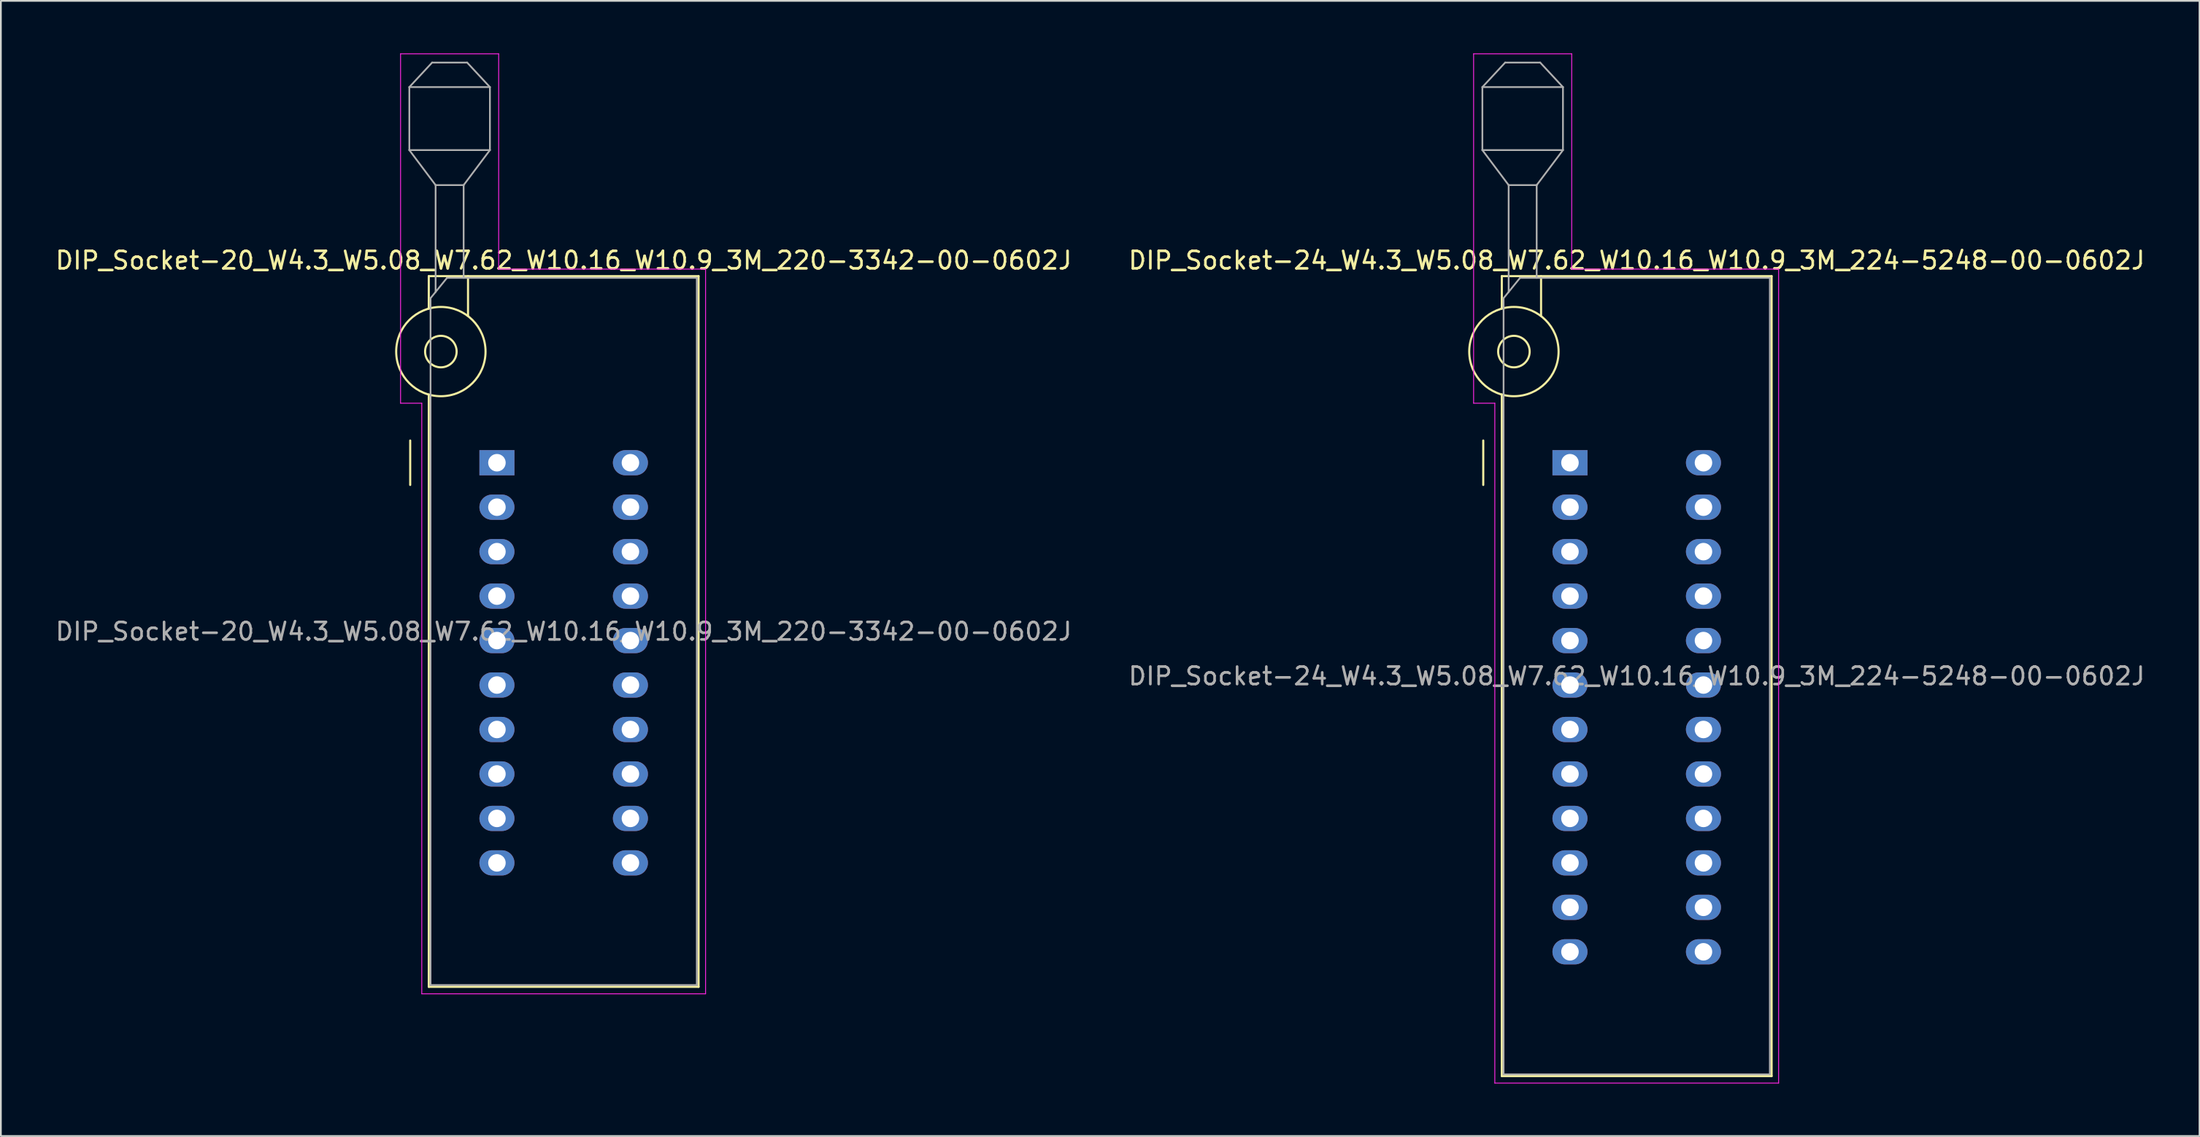
<source format=kicad_pcb>
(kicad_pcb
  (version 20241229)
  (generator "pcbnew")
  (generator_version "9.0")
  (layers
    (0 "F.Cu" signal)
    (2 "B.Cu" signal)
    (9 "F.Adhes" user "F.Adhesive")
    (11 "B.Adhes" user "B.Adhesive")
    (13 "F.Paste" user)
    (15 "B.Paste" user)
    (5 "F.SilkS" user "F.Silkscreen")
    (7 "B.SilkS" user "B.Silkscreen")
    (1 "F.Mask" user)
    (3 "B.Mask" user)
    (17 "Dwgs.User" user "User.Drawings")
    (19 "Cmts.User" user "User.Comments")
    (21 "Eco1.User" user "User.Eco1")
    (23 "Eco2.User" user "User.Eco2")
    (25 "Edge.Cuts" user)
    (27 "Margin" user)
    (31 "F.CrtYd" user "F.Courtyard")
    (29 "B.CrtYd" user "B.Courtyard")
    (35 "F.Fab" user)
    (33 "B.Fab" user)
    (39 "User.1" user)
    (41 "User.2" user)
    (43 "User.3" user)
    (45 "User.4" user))
  (footprint "DIP_Socket-20_W4.3_W5.08_W7.62_W10.16_W10.9_3M_220-3342-00-0602J"
    (layer "F.Cu")
    (at 25.315 23.385)
    (property "Reference" "DIP_Socket-20_W4.3_W5.08_W7.62_W10.16_W10.9_3M_220-3342-00-0602J" (at 3.81 -11.56 0) (layer "F.SilkS") (effects (font (size 1 1) (thickness 0.15))))
    (attr through_hole)
    (fp_line (start -4.95 1.27) (end -4.95 -1.27) (stroke (width 0.12) (type solid)) (layer "F.SilkS"))
    (fp_line (start -3.89 -10.66) (end -3.89 -8.8) (stroke (width 0.12) (type solid)) (layer "F.SilkS"))
    (fp_line (start -3.89 -3.9) (end -3.89 29.94) (stroke (width 0.12) (type solid)) (layer "F.SilkS"))
    (fp_line (start -3.89 29.94) (end 11.51 29.94) (stroke (width 0.12) (type solid)) (layer "F.SilkS"))
    (fp_line (start -1.65 -10.66) (end -1.65 -8.4) (stroke (width 0.12) (type solid)) (layer "F.SilkS"))
    (fp_line (start 11.51 -10.66) (end -3.89 -10.66) (stroke (width 0.12) (type solid)) (layer "F.SilkS"))
    (fp_line (start 11.51 29.94) (end 11.51 -10.66) (stroke (width 0.12) (type solid)) (layer "F.SilkS"))
    (fp_circle (center -3.2 -6.35) (end -2.3 -6.35) (stroke (width 0.12) (type solid)) (fill no) (layer "F.SilkS"))
    (fp_circle (center -3.2 -6.35) (end -0.65 -6.35) (stroke (width 0.12) (type solid)) (fill no) (layer "F.SilkS"))
    (fp_line (start -5.5 -23.36) (end 0.1 -23.36) (stroke (width 0.05) (type solid)) (layer "F.CrtYd"))
    (fp_line (start -5.5 -3.4) (end -5.5 -23.36) (stroke (width 0.05) (type solid)) (layer "F.CrtYd"))
    (fp_line (start -4.29 -3.4) (end -5.5 -3.4) (stroke (width 0.05) (type solid)) (layer "F.CrtYd"))
    (fp_line (start -4.29 30.34) (end -4.29 -3.4) (stroke (width 0.05) (type solid)) (layer "F.CrtYd"))
    (fp_line (start 0.1 -23.36) (end 0.1 -11.06) (stroke (width 0.05) (type solid)) (layer "F.CrtYd"))
    (fp_line (start 0.1 -11.06) (end 11.91 -11.06) (stroke (width 0.05) (type solid)) (layer "F.CrtYd"))
    (fp_line (start 11.91 -11.06) (end 11.91 30.34) (stroke (width 0.05) (type solid)) (layer "F.CrtYd"))
    (fp_line (start 11.91 30.34) (end -4.29 30.34) (stroke (width 0.05) (type solid)) (layer "F.CrtYd"))
    (fp_line (start -5 -21.46) (end -5 -17.86) (stroke (width 0.1) (type solid)) (layer "F.Fab"))
    (fp_line (start -5 -21.46) (end -3.7 -22.86) (stroke (width 0.1) (type solid)) (layer "F.Fab"))
    (fp_line (start -5 -17.86) (end -3.5 -15.86) (stroke (width 0.1) (type solid)) (layer "F.Fab"))
    (fp_line (start -5 -17.86) (end -0.4 -17.86) (stroke (width 0.1) (type solid)) (layer "F.Fab"))
    (fp_line (start -3.79 -9.4) (end -2.85 -10.56) (stroke (width 0.1) (type solid)) (layer "F.Fab"))
    (fp_line (start -3.79 29.84) (end -3.79 -9.4) (stroke (width 0.1) (type solid)) (layer "F.Fab"))
    (fp_line (start -3.7 -22.86) (end -1.7 -22.86) (stroke (width 0.1) (type solid)) (layer "F.Fab"))
    (fp_line (start -3.5 -15.86) (end -1.9 -15.86) (stroke (width 0.1) (type solid)) (layer "F.Fab"))
    (fp_line (start -3.5 -9.75) (end -3.5 -15.86) (stroke (width 0.1) (type solid)) (layer "F.Fab"))
    (fp_line (start -2.85 -10.56) (end 11.41 -10.56) (stroke (width 0.1) (type solid)) (layer "F.Fab"))
    (fp_line (start -1.9 -15.86) (end -1.9 -10.56) (stroke (width 0.1) (type solid)) (layer "F.Fab"))
    (fp_line (start -1.7 -22.86) (end -0.4 -21.46) (stroke (width 0.1) (type solid)) (layer "F.Fab"))
    (fp_line (start -0.4 -21.46) (end -5 -21.46) (stroke (width 0.1) (type solid)) (layer "F.Fab"))
    (fp_line (start -0.4 -17.86) (end -1.9 -15.86) (stroke (width 0.1) (type solid)) (layer "F.Fab"))
    (fp_line (start -0.4 -17.86) (end -0.4 -21.46) (stroke (width 0.1) (type solid)) (layer "F.Fab"))
    (fp_line (start 11.41 -10.56) (end 11.41 29.84) (stroke (width 0.1) (type solid)) (layer "F.Fab"))
    (fp_line (start 11.41 29.84) (end -3.79 29.84) (stroke (width 0.1) (type solid)) (layer "F.Fab"))
    (fp_text user "${REFERENCE}" (at 3.81 9.64 0) (layer "F.Fab") (effects (font (size 1 1) (thickness 0.15))))
    (pad "1" thru_hole rect (at 0 0) (size 2 1.44) (drill 1) (layers "*.Cu" "*.Mask"))
    (pad "2" thru_hole oval (at 0 2.54) (size 2 1.44) (drill 1) (layers "*.Cu" "*.Mask"))
    (pad "3" thru_hole oval (at 0 5.08) (size 2 1.44) (drill 1) (layers "*.Cu" "*.Mask"))
    (pad "4" thru_hole oval (at 0 7.62) (size 2 1.44) (drill 1) (layers "*.Cu" "*.Mask"))
    (pad "5" thru_hole oval (at 0 10.16) (size 2 1.44) (drill 1) (layers "*.Cu" "*.Mask"))
    (pad "6" thru_hole oval (at 0 12.7) (size 2 1.44) (drill 1) (layers "*.Cu" "*.Mask"))
    (pad "7" thru_hole oval (at 0 15.24) (size 2 1.44) (drill 1) (layers "*.Cu" "*.Mask"))
    (pad "8" thru_hole oval (at 0 17.78) (size 2 1.44) (drill 1) (layers "*.Cu" "*.Mask"))
    (pad "9" thru_hole oval (at 0 20.32) (size 2 1.44) (drill 1) (layers "*.Cu" "*.Mask"))
    (pad "10" thru_hole oval (at 0 22.86) (size 2 1.44) (drill 1) (layers "*.Cu" "*.Mask"))
    (pad "11" thru_hole oval (at 7.62 22.86) (size 2 1.44) (drill 1) (layers "*.Cu" "*.Mask"))
    (pad "12" thru_hole oval (at 7.62 20.32) (size 2 1.44) (drill 1) (layers "*.Cu" "*.Mask"))
    (pad "13" thru_hole oval (at 7.62 17.78) (size 2 1.44) (drill 1) (layers "*.Cu" "*.Mask"))
    (pad "14" thru_hole oval (at 7.62 15.24) (size 2 1.44) (drill 1) (layers "*.Cu" "*.Mask"))
    (pad "15" thru_hole oval (at 7.62 12.7) (size 2 1.44) (drill 1) (layers "*.Cu" "*.Mask"))
    (pad "16" thru_hole oval (at 7.62 10.16) (size 2 1.44) (drill 1) (layers "*.Cu" "*.Mask"))
    (pad "17" thru_hole oval (at 7.62 7.62) (size 2 1.44) (drill 1) (layers "*.Cu" "*.Mask"))
    (pad "18" thru_hole oval (at 7.62 5.08) (size 2 1.44) (drill 1) (layers "*.Cu" "*.Mask"))
    (pad "19" thru_hole oval (at 7.62 2.54) (size 2 1.44) (drill 1) (layers "*.Cu" "*.Mask"))
    (pad "20" thru_hole oval (at 7.62 0) (size 2 1.44) (drill 1) (layers "*.Cu" "*.Mask")))
  (footprint "DIP_Socket-24_W4.3_W5.08_W7.62_W10.16_W10.9_3M_224-5248-00-0602J"
    (layer "F.Cu")
    (at 86.565 23.385)
    (property "Reference" "DIP_Socket-24_W4.3_W5.08_W7.62_W10.16_W10.9_3M_224-5248-00-0602J" (at 3.81 -11.56 0) (layer "F.SilkS") (effects (font (size 1 1) (thickness 0.15))))
    (attr through_hole)
    (fp_line (start -4.95 1.27) (end -4.95 -1.27) (stroke (width 0.12) (type solid)) (layer "F.SilkS"))
    (fp_line (start -3.89 -10.66) (end -3.89 -8.8) (stroke (width 0.12) (type solid)) (layer "F.SilkS"))
    (fp_line (start -3.89 -3.9) (end -3.89 35.04) (stroke (width 0.12) (type solid)) (layer "F.SilkS"))
    (fp_line (start -3.89 35.04) (end 11.51 35.04) (stroke (width 0.12) (type solid)) (layer "F.SilkS"))
    (fp_line (start -1.65 -10.66) (end -1.65 -8.4) (stroke (width 0.12) (type solid)) (layer "F.SilkS"))
    (fp_line (start 11.51 -10.66) (end -3.89 -10.66) (stroke (width 0.12) (type solid)) (layer "F.SilkS"))
    (fp_line (start 11.51 35.04) (end 11.51 -10.66) (stroke (width 0.12) (type solid)) (layer "F.SilkS"))
    (fp_circle (center -3.2 -6.35) (end -2.3 -6.35) (stroke (width 0.12) (type solid)) (fill no) (layer "F.SilkS"))
    (fp_circle (center -3.2 -6.35) (end -0.65 -6.35) (stroke (width 0.12) (type solid)) (fill no) (layer "F.SilkS"))
    (fp_line (start -5.5 -23.36) (end 0.1 -23.36) (stroke (width 0.05) (type solid)) (layer "F.CrtYd"))
    (fp_line (start -5.5 -3.4) (end -5.5 -23.36) (stroke (width 0.05) (type solid)) (layer "F.CrtYd"))
    (fp_line (start -4.29 -3.4) (end -5.5 -3.4) (stroke (width 0.05) (type solid)) (layer "F.CrtYd"))
    (fp_line (start -4.29 35.44) (end -4.29 -3.4) (stroke (width 0.05) (type solid)) (layer "F.CrtYd"))
    (fp_line (start 0.1 -23.36) (end 0.1 -11.06) (stroke (width 0.05) (type solid)) (layer "F.CrtYd"))
    (fp_line (start 0.1 -11.06) (end 11.91 -11.06) (stroke (width 0.05) (type solid)) (layer "F.CrtYd"))
    (fp_line (start 11.91 -11.06) (end 11.91 35.44) (stroke (width 0.05) (type solid)) (layer "F.CrtYd"))
    (fp_line (start 11.91 35.44) (end -4.29 35.44) (stroke (width 0.05) (type solid)) (layer "F.CrtYd"))
    (fp_line (start -5 -21.46) (end -5 -17.86) (stroke (width 0.1) (type solid)) (layer "F.Fab"))
    (fp_line (start -5 -21.46) (end -3.7 -22.86) (stroke (width 0.1) (type solid)) (layer "F.Fab"))
    (fp_line (start -5 -17.86) (end -3.5 -15.86) (stroke (width 0.1) (type solid)) (layer "F.Fab"))
    (fp_line (start -5 -17.86) (end -0.4 -17.86) (stroke (width 0.1) (type solid)) (layer "F.Fab"))
    (fp_line (start -3.79 -9.4) (end -2.85 -10.56) (stroke (width 0.1) (type solid)) (layer "F.Fab"))
    (fp_line (start -3.79 34.94) (end -3.79 -9.4) (stroke (width 0.1) (type solid)) (layer "F.Fab"))
    (fp_line (start -3.7 -22.86) (end -1.7 -22.86) (stroke (width 0.1) (type solid)) (layer "F.Fab"))
    (fp_line (start -3.5 -15.86) (end -1.9 -15.86) (stroke (width 0.1) (type solid)) (layer "F.Fab"))
    (fp_line (start -3.5 -9.75) (end -3.5 -15.86) (stroke (width 0.1) (type solid)) (layer "F.Fab"))
    (fp_line (start -2.85 -10.56) (end 11.41 -10.56) (stroke (width 0.1) (type solid)) (layer "F.Fab"))
    (fp_line (start -1.9 -15.86) (end -1.9 -10.56) (stroke (width 0.1) (type solid)) (layer "F.Fab"))
    (fp_line (start -1.7 -22.86) (end -0.4 -21.46) (stroke (width 0.1) (type solid)) (layer "F.Fab"))
    (fp_line (start -0.4 -21.46) (end -5 -21.46) (stroke (width 0.1) (type solid)) (layer "F.Fab"))
    (fp_line (start -0.4 -17.86) (end -1.9 -15.86) (stroke (width 0.1) (type solid)) (layer "F.Fab"))
    (fp_line (start -0.4 -17.86) (end -0.4 -21.46) (stroke (width 0.1) (type solid)) (layer "F.Fab"))
    (fp_line (start 11.41 -10.56) (end 11.41 34.94) (stroke (width 0.1) (type solid)) (layer "F.Fab"))
    (fp_line (start 11.41 34.94) (end -3.79 34.94) (stroke (width 0.1) (type solid)) (layer "F.Fab"))
    (fp_text user "${REFERENCE}" (at 3.81 12.19 0) (layer "F.Fab") (effects (font (size 1 1) (thickness 0.15))))
    (pad "1" thru_hole rect (at 0 0) (size 2 1.44) (drill 1) (layers "*.Cu" "*.Mask"))
    (pad "2" thru_hole oval (at 0 2.54) (size 2 1.44) (drill 1) (layers "*.Cu" "*.Mask"))
    (pad "3" thru_hole oval (at 0 5.08) (size 2 1.44) (drill 1) (layers "*.Cu" "*.Mask"))
    (pad "4" thru_hole oval (at 0 7.62) (size 2 1.44) (drill 1) (layers "*.Cu" "*.Mask"))
    (pad "5" thru_hole oval (at 0 10.16) (size 2 1.44) (drill 1) (layers "*.Cu" "*.Mask"))
    (pad "6" thru_hole oval (at 0 12.7) (size 2 1.44) (drill 1) (layers "*.Cu" "*.Mask"))
    (pad "7" thru_hole oval (at 0 15.24) (size 2 1.44) (drill 1) (layers "*.Cu" "*.Mask"))
    (pad "8" thru_hole oval (at 0 17.78) (size 2 1.44) (drill 1) (layers "*.Cu" "*.Mask"))
    (pad "9" thru_hole oval (at 0 20.32) (size 2 1.44) (drill 1) (layers "*.Cu" "*.Mask"))
    (pad "10" thru_hole oval (at 0 22.86) (size 2 1.44) (drill 1) (layers "*.Cu" "*.Mask"))
    (pad "11" thru_hole oval (at 0 25.4) (size 2 1.44) (drill 1) (layers "*.Cu" "*.Mask"))
    (pad "12" thru_hole oval (at 0 27.94) (size 2 1.44) (drill 1) (layers "*.Cu" "*.Mask"))
    (pad "13" thru_hole oval (at 7.62 27.94) (size 2 1.44) (drill 1) (layers "*.Cu" "*.Mask"))
    (pad "14" thru_hole oval (at 7.62 25.4) (size 2 1.44) (drill 1) (layers "*.Cu" "*.Mask"))
    (pad "15" thru_hole oval (at 7.62 22.86) (size 2 1.44) (drill 1) (layers "*.Cu" "*.Mask"))
    (pad "16" thru_hole oval (at 7.62 20.32) (size 2 1.44) (drill 1) (layers "*.Cu" "*.Mask"))
    (pad "17" thru_hole oval (at 7.62 17.78) (size 2 1.44) (drill 1) (layers "*.Cu" "*.Mask"))
    (pad "18" thru_hole oval (at 7.62 15.24) (size 2 1.44) (drill 1) (layers "*.Cu" "*.Mask"))
    (pad "19" thru_hole oval (at 7.62 12.7) (size 2 1.44) (drill 1) (layers "*.Cu" "*.Mask"))
    (pad "20" thru_hole oval (at 7.62 10.16) (size 2 1.44) (drill 1) (layers "*.Cu" "*.Mask"))
    (pad "21" thru_hole oval (at 7.62 7.62) (size 2 1.44) (drill 1) (layers "*.Cu" "*.Mask"))
    (pad "22" thru_hole oval (at 7.62 5.08) (size 2 1.44) (drill 1) (layers "*.Cu" "*.Mask"))
    (pad "23" thru_hole oval (at 7.62 2.54) (size 2 1.44) (drill 1) (layers "*.Cu" "*.Mask"))
    (pad "24" thru_hole oval (at 7.62 0) (size 2 1.44) (drill 1) (layers "*.Cu" "*.Mask")))
  (gr_rect
    (start -3 -3)
    (end 122.5 61.85)
    (stroke (width 0.1) (type default))
    (fill no)
    (layer "Edge.Cuts")))
</source>
